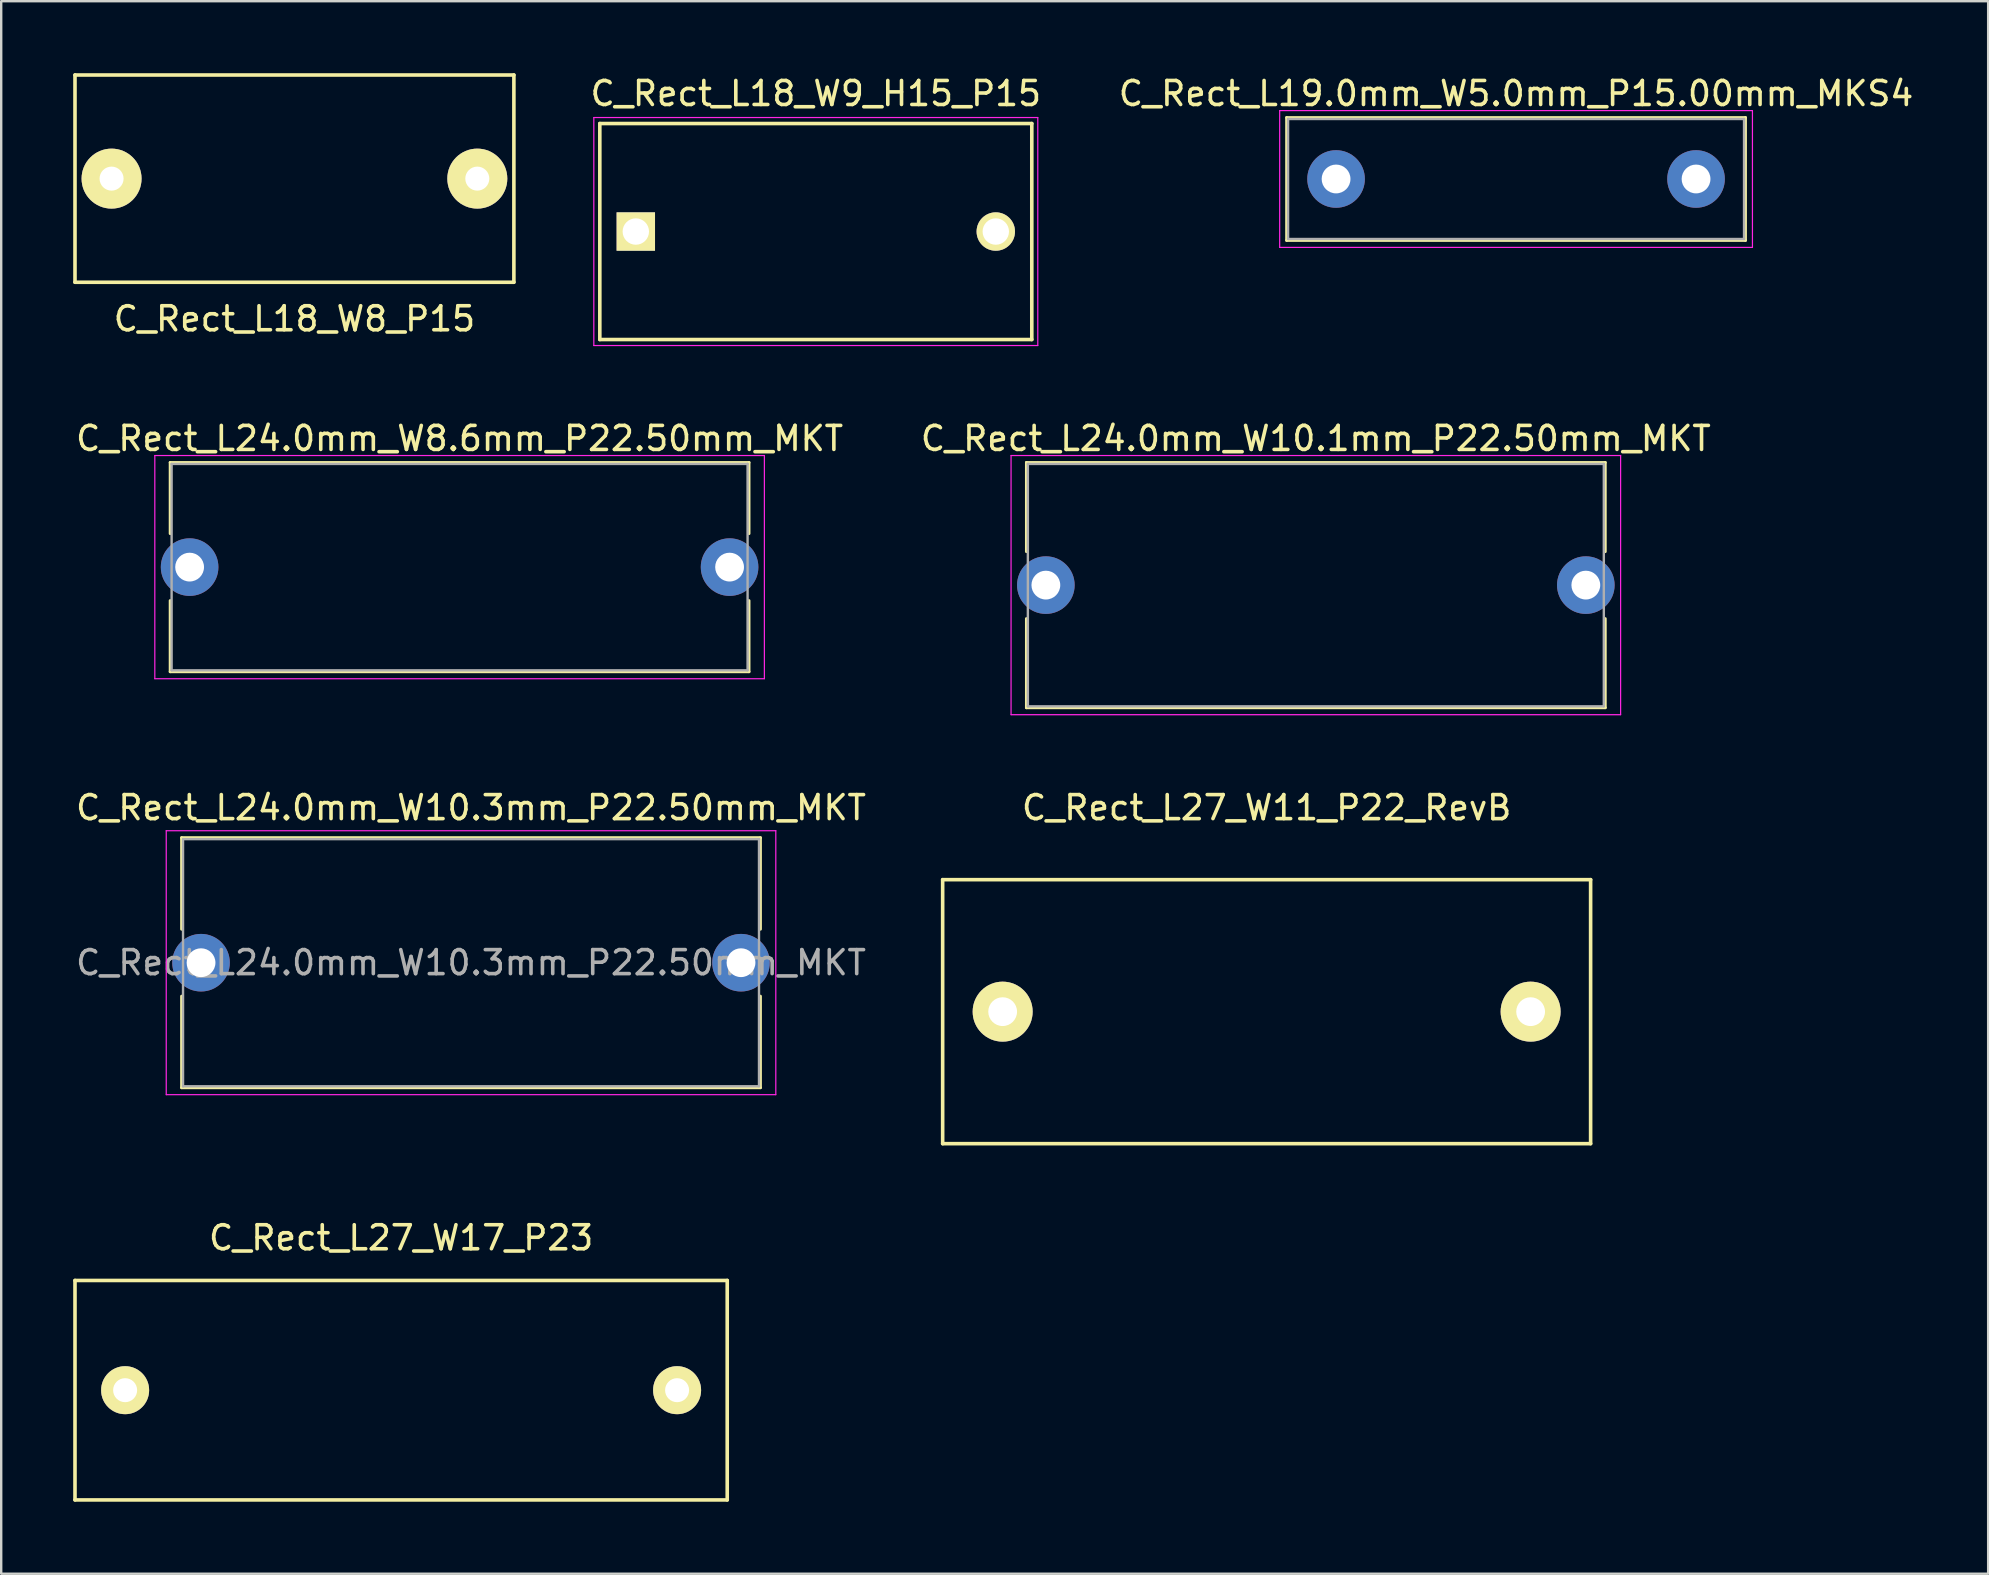
<source format=kicad_pcb>
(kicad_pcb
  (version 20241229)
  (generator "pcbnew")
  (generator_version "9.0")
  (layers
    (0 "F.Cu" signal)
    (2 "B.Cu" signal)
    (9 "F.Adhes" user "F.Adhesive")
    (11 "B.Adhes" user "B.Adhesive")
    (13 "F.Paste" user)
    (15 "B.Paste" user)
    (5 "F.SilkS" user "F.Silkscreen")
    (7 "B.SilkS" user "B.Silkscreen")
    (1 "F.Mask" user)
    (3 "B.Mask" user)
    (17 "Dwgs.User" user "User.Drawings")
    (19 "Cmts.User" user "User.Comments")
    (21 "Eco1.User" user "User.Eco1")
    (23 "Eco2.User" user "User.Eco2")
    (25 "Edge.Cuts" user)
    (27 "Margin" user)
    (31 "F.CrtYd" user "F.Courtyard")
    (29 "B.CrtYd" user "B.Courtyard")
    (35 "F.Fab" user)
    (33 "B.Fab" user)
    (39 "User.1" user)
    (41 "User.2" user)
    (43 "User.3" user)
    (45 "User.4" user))
  (footprint "C_Rect_L24.0mm_W8.6mm_P22.50mm_MKT"
    (layer "F.Cu")
    (at 4.851 20.581)
    (property "Reference" "C_Rect_L24.0mm_W8.6mm_P22.50mm_MKT" (at 11.25 -5.36 0) (layer "F.SilkS") (effects (font (size 1 1) (thickness 0.15))))
    (attr through_hole)
    (fp_line (start -0.81 -4.36) (end -0.81 -1.395) (stroke (width 0.12) (type solid)) (layer "F.SilkS"))
    (fp_line (start -0.81 -4.36) (end 23.31 -4.36) (stroke (width 0.12) (type solid)) (layer "F.SilkS"))
    (fp_line (start -0.81 1.395) (end -0.81 4.36) (stroke (width 0.12) (type solid)) (layer "F.SilkS"))
    (fp_line (start -0.81 4.36) (end 23.31 4.36) (stroke (width 0.12) (type solid)) (layer "F.SilkS"))
    (fp_line (start 23.31 -4.36) (end 23.31 -1.395) (stroke (width 0.12) (type solid)) (layer "F.SilkS"))
    (fp_line (start 23.31 1.395) (end 23.31 4.36) (stroke (width 0.12) (type solid)) (layer "F.SilkS"))
    (fp_line (start -1.45 -4.65) (end -1.45 4.65) (stroke (width 0.05) (type solid)) (layer "F.CrtYd"))
    (fp_line (start -1.45 4.65) (end 23.95 4.65) (stroke (width 0.05) (type solid)) (layer "F.CrtYd"))
    (fp_line (start 23.95 -4.65) (end -1.45 -4.65) (stroke (width 0.05) (type solid)) (layer "F.CrtYd"))
    (fp_line (start 23.95 4.65) (end 23.95 -4.65) (stroke (width 0.05) (type solid)) (layer "F.CrtYd"))
    (fp_line (start -0.75 -4.3) (end -0.75 4.3) (stroke (width 0.1) (type solid)) (layer "F.Fab"))
    (fp_line (start -0.75 4.3) (end 23.25 4.3) (stroke (width 0.1) (type solid)) (layer "F.Fab"))
    (fp_line (start 23.25 -4.3) (end -0.75 -4.3) (stroke (width 0.1) (type solid)) (layer "F.Fab"))
    (fp_line (start 23.25 4.3) (end 23.25 -4.3) (stroke (width 0.1) (type solid)) (layer "F.Fab"))
    (pad "1" thru_hole circle (at 0 0) (size 2.4 2.4) (drill 1.2) (layers "*.Cu" "*.Mask"))
    (pad "2" thru_hole circle (at 22.5 0) (size 2.4 2.4) (drill 1.2) (layers "*.Cu" "*.Mask")))
  (footprint "C_Rect_L18_W9_H15_P15"
    (layer "F.Cu")
    (at 23.444 6.598)
    (property "Reference" "C_Rect_L18_W9_H15_P15" (at 7.5 -5.75 0) (layer "F.SilkS") (effects (font (size 1 1) (thickness 0.15))))
    (attr through_hole)
    (fp_line (start -1.5 -4.5) (end 16.5 -4.5) (stroke (width 0.15) (type solid)) (layer "F.SilkS"))
    (fp_line (start -1.5 4.5) (end -1.5 -4.5) (stroke (width 0.15) (type solid)) (layer "F.SilkS"))
    (fp_line (start 16.5 -4.5) (end 16.5 4.5) (stroke (width 0.15) (type solid)) (layer "F.SilkS"))
    (fp_line (start 16.5 4.5) (end -1.5 4.5) (stroke (width 0.15) (type solid)) (layer "F.SilkS"))
    (fp_line (start -1.75 -4.75) (end 16.75 -4.75) (stroke (width 0.05) (type solid)) (layer "F.CrtYd"))
    (fp_line (start -1.75 4.75) (end -1.75 -4.75) (stroke (width 0.05) (type solid)) (layer "F.CrtYd"))
    (fp_line (start 16.75 -4.75) (end 16.75 4.75) (stroke (width 0.05) (type solid)) (layer "F.CrtYd"))
    (fp_line (start 16.75 4.75) (end -1.75 4.75) (stroke (width 0.05) (type solid)) (layer "F.CrtYd"))
    (pad "1" thru_hole rect (at 0 0) (size 1.6 1.6) (drill 1.1) (layers "*.Cu" "*.Mask" "F.SilkS"))
    (pad "2" thru_hole circle (at 15 0) (size 1.6 1.6) (drill 1.1) (layers "*.Cu" "*.Mask" "F.SilkS")))
  (footprint "C_Rect_L24.0mm_W10.3mm_P22.50mm_MKT"
    (layer "F.Cu")
    (at 5.327 37.065)
    (property "Reference" "C_Rect_L24.0mm_W10.3mm_P22.50mm_MKT" (at 11.25 -6.46 0) (layer "F.SilkS") (effects (font (size 1 1) (thickness 0.15))))
    (attr through_hole)
    (fp_line (start -0.81 -5.21) (end -0.81 -1.395) (stroke (width 0.12) (type solid)) (layer "F.SilkS"))
    (fp_line (start -0.81 -5.21) (end 23.31 -5.21) (stroke (width 0.12) (type solid)) (layer "F.SilkS"))
    (fp_line (start -0.81 1.395) (end -0.81 5.21) (stroke (width 0.12) (type solid)) (layer "F.SilkS"))
    (fp_line (start -0.81 5.21) (end 23.31 5.21) (stroke (width 0.12) (type solid)) (layer "F.SilkS"))
    (fp_line (start 23.31 -5.21) (end 23.31 -1.395) (stroke (width 0.12) (type solid)) (layer "F.SilkS"))
    (fp_line (start 23.31 1.395) (end 23.31 5.21) (stroke (width 0.12) (type solid)) (layer "F.SilkS"))
    (fp_line (start -1.45 -5.5) (end -1.45 5.5) (stroke (width 0.05) (type solid)) (layer "F.CrtYd"))
    (fp_line (start -1.45 5.5) (end 23.95 5.5) (stroke (width 0.05) (type solid)) (layer "F.CrtYd"))
    (fp_line (start 23.95 -5.5) (end -1.45 -5.5) (stroke (width 0.05) (type solid)) (layer "F.CrtYd"))
    (fp_line (start 23.95 5.5) (end 23.95 -5.5) (stroke (width 0.05) (type solid)) (layer "F.CrtYd"))
    (fp_line (start -0.75 -5.15) (end -0.75 5.15) (stroke (width 0.1) (type solid)) (layer "F.Fab"))
    (fp_line (start -0.75 5.15) (end 23.25 5.15) (stroke (width 0.1) (type solid)) (layer "F.Fab"))
    (fp_line (start 23.25 -5.15) (end -0.75 -5.15) (stroke (width 0.1) (type solid)) (layer "F.Fab"))
    (fp_line (start 23.25 5.15) (end 23.25 -5.15) (stroke (width 0.1) (type solid)) (layer "F.Fab"))
    (fp_text user "${REFERENCE}" (at 11.25 0 0) (layer "F.Fab") (effects (font (size 1 1) (thickness 0.15))))
    (pad "1" thru_hole circle (at 0 0) (size 2.4 2.4) (drill 1.2) (layers "*.Cu" "*.Mask"))
    (pad "2" thru_hole circle (at 22.5 0) (size 2.4 2.4) (drill 1.2) (layers "*.Cu" "*.Mask")))
  (footprint "C_Rect_L27_W11_P22_RevB"
    (layer "F.Cu")
    (at 49.73 39.105)
    (property "Reference" "C_Rect_L27_W11_P22_RevB" (at 0 -8.5 0) (layer "F.SilkS") (effects (font (size 1 1) (thickness 0.15))))
    (attr through_hole)
    (fp_line (start -13.5 -5.5) (end 13.5 -5.5) (stroke (width 0.15) (type solid)) (layer "F.SilkS"))
    (fp_line (start -13.5 5.5) (end -13.5 -5.5) (stroke (width 0.15) (type solid)) (layer "F.SilkS"))
    (fp_line (start 13.5 -5.5) (end 13.5 5.5) (stroke (width 0.15) (type solid)) (layer "F.SilkS"))
    (fp_line (start 13.5 5.5) (end -13.5 5.5) (stroke (width 0.15) (type solid)) (layer "F.SilkS"))
    (pad "1" thru_hole circle (at -11 0) (size 2.499 2.499) (drill 1.199) (layers "*.Cu" "*.Mask" "F.SilkS"))
    (pad "2" thru_hole circle (at 11 0) (size 2.499 2.499) (drill 1.199) (layers "*.Cu" "*.Mask" "F.SilkS")))
  (footprint "C_Rect_L27_W17_P23"
    (layer "F.Cu")
    (at 13.664 54.878)
    (property "Reference" "C_Rect_L27_W17_P23" (at 0 -6.35 0) (layer "F.SilkS") (effects (font (size 1 1) (thickness 0.15))))
    (attr through_hole)
    (fp_line (start -13.589 -4.572) (end -13.589 4.572) (stroke (width 0.15) (type solid)) (layer "F.SilkS"))
    (fp_line (start -13.589 4.572) (end 13.589 4.572) (stroke (width 0.15) (type solid)) (layer "F.SilkS"))
    (fp_line (start 13.589 -4.572) (end -13.589 -4.572) (stroke (width 0.15) (type solid)) (layer "F.SilkS"))
    (fp_line (start 13.589 4.572) (end 13.589 -4.572) (stroke (width 0.15) (type solid)) (layer "F.SilkS"))
    (pad "1" thru_hole circle (at -11.5 0) (size 2 2) (drill 1) (layers "*.Cu" "*.Mask" "F.SilkS"))
    (pad "2" thru_hole circle (at 11.5 0) (size 2 2) (drill 1) (layers "*.Cu" "*.Mask" "F.SilkS")))
  (footprint "C_Rect_L24.0mm_W10.1mm_P22.50mm_MKT"
    (layer "F.Cu")
    (at 40.53 21.331)
    (property "Reference" "C_Rect_L24.0mm_W10.1mm_P22.50mm_MKT" (at 11.25 -6.11 0) (layer "F.SilkS") (effects (font (size 1 1) (thickness 0.15))))
    (attr through_hole)
    (fp_line (start -0.81 -5.11) (end -0.81 -1.395) (stroke (width 0.12) (type solid)) (layer "F.SilkS"))
    (fp_line (start -0.81 -5.11) (end 23.31 -5.11) (stroke (width 0.12) (type solid)) (layer "F.SilkS"))
    (fp_line (start -0.81 1.395) (end -0.81 5.11) (stroke (width 0.12) (type solid)) (layer "F.SilkS"))
    (fp_line (start -0.81 5.11) (end 23.31 5.11) (stroke (width 0.12) (type solid)) (layer "F.SilkS"))
    (fp_line (start 23.31 -5.11) (end 23.31 -1.395) (stroke (width 0.12) (type solid)) (layer "F.SilkS"))
    (fp_line (start 23.31 1.395) (end 23.31 5.11) (stroke (width 0.12) (type solid)) (layer "F.SilkS"))
    (fp_line (start -1.45 -5.4) (end -1.45 5.4) (stroke (width 0.05) (type solid)) (layer "F.CrtYd"))
    (fp_line (start -1.45 5.4) (end 23.95 5.4) (stroke (width 0.05) (type solid)) (layer "F.CrtYd"))
    (fp_line (start 23.95 -5.4) (end -1.45 -5.4) (stroke (width 0.05) (type solid)) (layer "F.CrtYd"))
    (fp_line (start 23.95 5.4) (end 23.95 -5.4) (stroke (width 0.05) (type solid)) (layer "F.CrtYd"))
    (fp_line (start -0.75 -5.05) (end -0.75 5.05) (stroke (width 0.1) (type solid)) (layer "F.Fab"))
    (fp_line (start -0.75 5.05) (end 23.25 5.05) (stroke (width 0.1) (type solid)) (layer "F.Fab"))
    (fp_line (start 23.25 -5.05) (end -0.75 -5.05) (stroke (width 0.1) (type solid)) (layer "F.Fab"))
    (fp_line (start 23.25 5.05) (end 23.25 -5.05) (stroke (width 0.1) (type solid)) (layer "F.Fab"))
    (pad "1" thru_hole circle (at 0 0) (size 2.4 2.4) (drill 1.2) (layers "*.Cu" "*.Mask"))
    (pad "2" thru_hole circle (at 22.5 0) (size 2.4 2.4) (drill 1.2) (layers "*.Cu" "*.Mask")))
  (footprint "C_Rect_L19.0mm_W5.0mm_P15.00mm_MKS4"
    (layer "F.Cu")
    (at 52.623 4.408)
    (property "Reference" "C_Rect_L19.0mm_W5.0mm_P15.00mm_MKS4" (at 7.5 -3.56 0) (layer "F.SilkS") (effects (font (size 1 1) (thickness 0.15))))
    (attr through_hole)
    (fp_line (start -2.06 -2.56) (end -2.06 2.56) (stroke (width 0.12) (type solid)) (layer "F.SilkS"))
    (fp_line (start -2.06 -2.56) (end 17.06 -2.56) (stroke (width 0.12) (type solid)) (layer "F.SilkS"))
    (fp_line (start -2.06 2.56) (end 17.06 2.56) (stroke (width 0.12) (type solid)) (layer "F.SilkS"))
    (fp_line (start 17.06 -2.56) (end 17.06 2.56) (stroke (width 0.12) (type solid)) (layer "F.SilkS"))
    (fp_line (start -2.35 -2.85) (end -2.35 2.85) (stroke (width 0.05) (type solid)) (layer "F.CrtYd"))
    (fp_line (start -2.35 2.85) (end 17.35 2.85) (stroke (width 0.05) (type solid)) (layer "F.CrtYd"))
    (fp_line (start 17.35 -2.85) (end -2.35 -2.85) (stroke (width 0.05) (type solid)) (layer "F.CrtYd"))
    (fp_line (start 17.35 2.85) (end 17.35 -2.85) (stroke (width 0.05) (type solid)) (layer "F.CrtYd"))
    (fp_line (start -2 -2.5) (end -2 2.5) (stroke (width 0.1) (type solid)) (layer "F.Fab"))
    (fp_line (start -2 2.5) (end 17 2.5) (stroke (width 0.1) (type solid)) (layer "F.Fab"))
    (fp_line (start 17 -2.5) (end -2 -2.5) (stroke (width 0.1) (type solid)) (layer "F.Fab"))
    (fp_line (start 17 2.5) (end 17 -2.5) (stroke (width 0.1) (type solid)) (layer "F.Fab"))
    (pad "1" thru_hole circle (at 0 0) (size 2.4 2.4) (drill 1.2) (layers "*.Cu" "*.Mask"))
    (pad "2" thru_hole circle (at 15 0) (size 2.4 2.4) (drill 1.2) (layers "*.Cu" "*.Mask")))
  (footprint "C_Rect_L18_W8_P15"
    (layer "F.Cu")
    (at 9.219 4.393)
    (property "Reference" "C_Rect_L18_W8_P15" (at 0 5.842 0) (layer "F.SilkS") (effects (font (size 1 1) (thickness 0.15))))
    (attr through_hole)
    (fp_line (start -9.144 -4.318) (end 9.144 -4.318) (stroke (width 0.15) (type solid)) (layer "F.SilkS"))
    (fp_line (start -9.144 4.318) (end -9.144 -4.318) (stroke (width 0.15) (type solid)) (layer "F.SilkS"))
    (fp_line (start 9.144 -4.318) (end 9.144 4.318) (stroke (width 0.15) (type solid)) (layer "F.SilkS"))
    (fp_line (start 9.144 4.318) (end -9.144 4.318) (stroke (width 0.15) (type solid)) (layer "F.SilkS"))
    (pad "1" thru_hole circle (at 7.62 0) (size 2.499 2.499) (drill 1.001) (layers "*.Cu" "*.Mask" "F.SilkS"))
    (pad "2" thru_hole circle (at -7.62 0) (size 2.499 2.499) (drill 1.001) (layers "*.Cu" "*.Mask" "F.SilkS")))
  (gr_rect
    (start -3 -3)
    (end 79.795 62.525)
    (stroke (width 0.1) (type default))
    (fill no)
    (layer "Edge.Cuts")))
</source>
